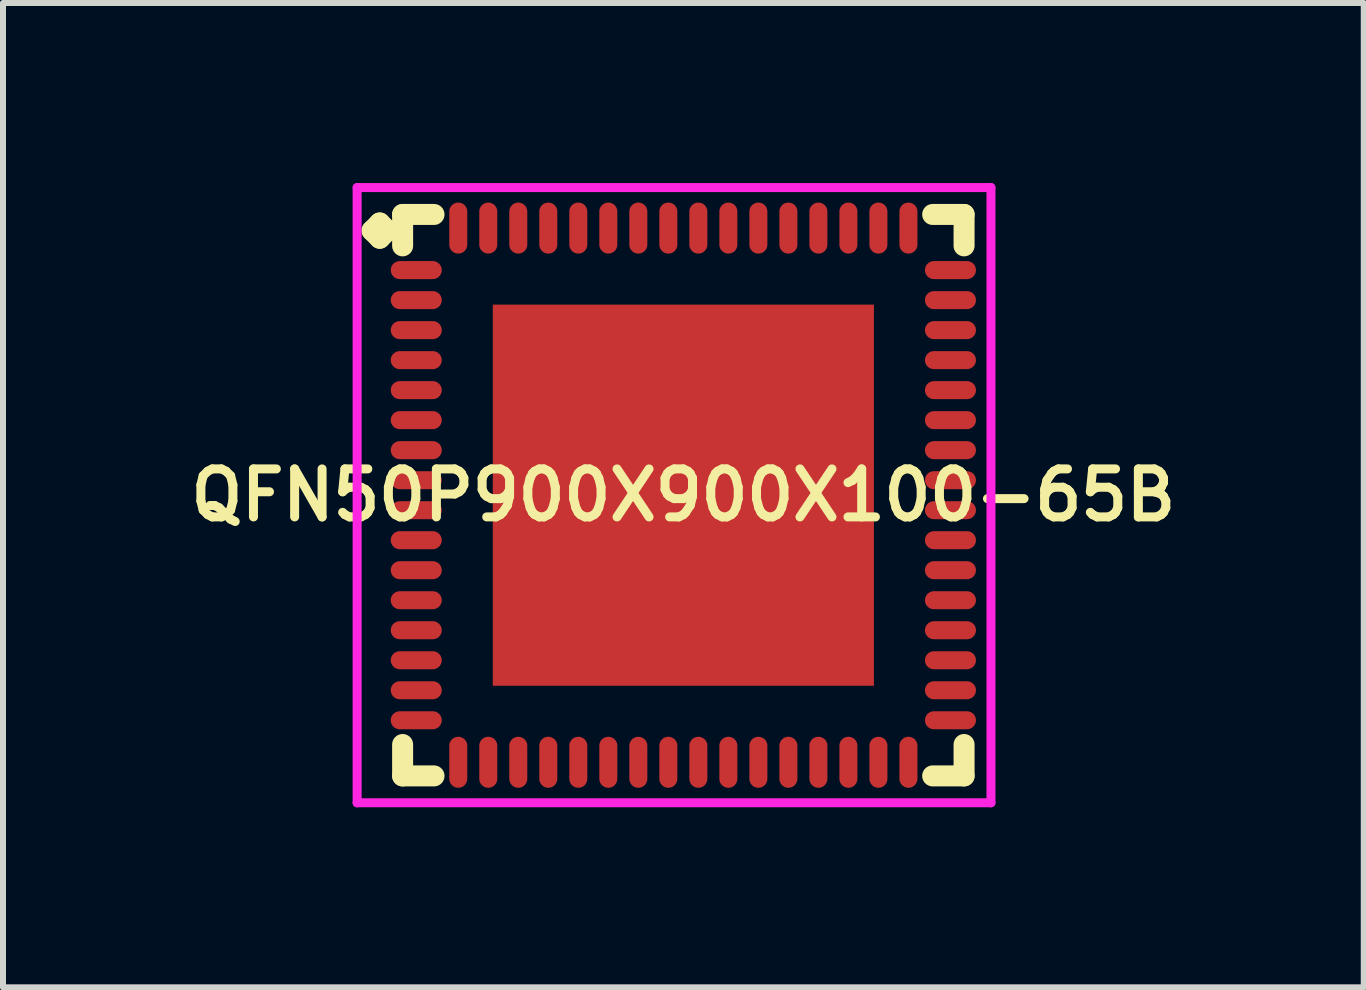
<source format=kicad_pcb>
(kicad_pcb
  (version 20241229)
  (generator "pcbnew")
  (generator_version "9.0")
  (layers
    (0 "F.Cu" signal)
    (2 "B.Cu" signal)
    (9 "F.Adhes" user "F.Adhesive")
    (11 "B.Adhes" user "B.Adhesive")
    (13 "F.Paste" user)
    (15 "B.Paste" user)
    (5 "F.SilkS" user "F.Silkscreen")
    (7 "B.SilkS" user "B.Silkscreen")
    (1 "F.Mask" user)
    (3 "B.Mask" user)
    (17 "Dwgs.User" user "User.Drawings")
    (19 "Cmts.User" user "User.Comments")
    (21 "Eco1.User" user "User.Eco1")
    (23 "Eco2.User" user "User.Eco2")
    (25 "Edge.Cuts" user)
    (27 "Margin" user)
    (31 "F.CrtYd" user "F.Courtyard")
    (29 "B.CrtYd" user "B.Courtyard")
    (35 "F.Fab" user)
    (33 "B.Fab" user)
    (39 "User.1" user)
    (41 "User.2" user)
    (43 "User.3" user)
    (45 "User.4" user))
  (footprint "QFN50P900X900X100-65B"
    (layer "F.Cu")
    (at 8.335 5.2)
    (property "Reference" "QFN50P900X900X100-65B" (at 0 0 0) (layer "F.SilkS") (effects (font (size 0.8 0.8) (thickness 0.15))))
    (attr smd)
    (fp_line (start -5.185 -4.408) (end -5.058 -4.535) (stroke (width 0.35) (type solid)) (layer "F.SilkS"))
    (fp_line (start -5.058 -4.535) (end -4.931 -4.408) (stroke (width 0.35) (type solid)) (layer "F.SilkS"))
    (fp_line (start -5.058 -4.281) (end -5.185 -4.408) (stroke (width 0.35) (type solid)) (layer "F.SilkS"))
    (fp_line (start -4.931 -4.408) (end -5.058 -4.281) (stroke (width 0.35) (type solid)) (layer "F.SilkS"))
    (fp_line (start -4.677 -4.677) (end -4.154 -4.677) (stroke (width 0.35) (type solid)) (layer "F.SilkS"))
    (fp_line (start -4.677 -4.154) (end -4.677 -4.677) (stroke (width 0.35) (type solid)) (layer "F.SilkS"))
    (fp_line (start -4.677 4.154) (end -4.677 4.677) (stroke (width 0.35) (type solid)) (layer "F.SilkS"))
    (fp_line (start -4.677 4.677) (end -4.154 4.677) (stroke (width 0.35) (type solid)) (layer "F.SilkS"))
    (fp_line (start 4.154 -4.677) (end 4.677 -4.677) (stroke (width 0.35) (type solid)) (layer "F.SilkS"))
    (fp_line (start 4.154 4.677) (end 4.677 4.677) (stroke (width 0.35) (type solid)) (layer "F.SilkS"))
    (fp_line (start 4.677 -4.677) (end 4.677 -4.154) (stroke (width 0.35) (type solid)) (layer "F.SilkS"))
    (fp_line (start 4.677 4.677) (end 4.677 4.154) (stroke (width 0.35) (type solid)) (layer "F.SilkS"))
    (fp_line (start -5.435 -5.125) (end 5.125 -5.125) (stroke (width 0.15) (type solid)) (layer "F.CrtYd"))
    (fp_line (start -5.435 5.125) (end -5.435 -5.125) (stroke (width 0.15) (type solid)) (layer "F.CrtYd"))
    (fp_line (start 5.125 -5.125) (end 5.125 5.125) (stroke (width 0.15) (type solid)) (layer "F.CrtYd"))
    (fp_line (start 5.125 5.125) (end -5.435 5.125) (stroke (width 0.15) (type solid)) (layer "F.CrtYd"))
    (pad "1" smd oval (at -4.45 -3.75) (size 0.85 0.3) (layers "F.Cu" "F.Mask" "F.Paste"))
    (pad "2" smd oval (at -4.45 -3.25) (size 0.85 0.3) (layers "F.Cu" "F.Mask" "F.Paste"))
    (pad "3" smd oval (at -4.45 -2.75) (size 0.85 0.3) (layers "F.Cu" "F.Mask" "F.Paste"))
    (pad "4" smd oval (at -4.45 -2.25) (size 0.85 0.3) (layers "F.Cu" "F.Mask" "F.Paste"))
    (pad "5" smd oval (at -4.45 -1.75) (size 0.85 0.3) (layers "F.Cu" "F.Mask" "F.Paste"))
    (pad "6" smd oval (at -4.45 -1.25) (size 0.85 0.3) (layers "F.Cu" "F.Mask" "F.Paste"))
    (pad "7" smd oval (at -4.45 -0.75) (size 0.85 0.3) (layers "F.Cu" "F.Mask" "F.Paste"))
    (pad "8" smd oval (at -4.45 -0.25) (size 0.85 0.3) (layers "F.Cu" "F.Mask" "F.Paste"))
    (pad "9" smd oval (at -4.45 0.25) (size 0.85 0.3) (layers "F.Cu" "F.Mask" "F.Paste"))
    (pad "10" smd oval (at -4.45 0.75) (size 0.85 0.3) (layers "F.Cu" "F.Mask" "F.Paste"))
    (pad "11" smd oval (at -4.45 1.25) (size 0.85 0.3) (layers "F.Cu" "F.Mask" "F.Paste"))
    (pad "12" smd oval (at -4.45 1.75) (size 0.85 0.3) (layers "F.Cu" "F.Mask" "F.Paste"))
    (pad "13" smd oval (at -4.45 2.25) (size 0.85 0.3) (layers "F.Cu" "F.Mask" "F.Paste"))
    (pad "14" smd oval (at -4.45 2.75) (size 0.85 0.3) (layers "F.Cu" "F.Mask" "F.Paste"))
    (pad "15" smd oval (at -4.45 3.25) (size 0.85 0.3) (layers "F.Cu" "F.Mask" "F.Paste"))
    (pad "16" smd oval (at -4.45 3.75) (size 0.85 0.3) (layers "F.Cu" "F.Mask" "F.Paste"))
    (pad "17" smd oval (at -3.75 4.45) (size 0.3 0.85) (layers "F.Cu" "F.Mask" "F.Paste"))
    (pad "18" smd oval (at -3.25 4.45) (size 0.3 0.85) (layers "F.Cu" "F.Mask" "F.Paste"))
    (pad "19" smd oval (at -2.75 4.45) (size 0.3 0.85) (layers "F.Cu" "F.Mask" "F.Paste"))
    (pad "20" smd oval (at -2.25 4.45) (size 0.3 0.85) (layers "F.Cu" "F.Mask" "F.Paste"))
    (pad "21" smd oval (at -1.75 4.45) (size 0.3 0.85) (layers "F.Cu" "F.Mask" "F.Paste"))
    (pad "22" smd oval (at -1.25 4.45) (size 0.3 0.85) (layers "F.Cu" "F.Mask" "F.Paste"))
    (pad "23" smd oval (at -0.75 4.45) (size 0.3 0.85) (layers "F.Cu" "F.Mask" "F.Paste"))
    (pad "24" smd oval (at -0.25 4.45) (size 0.3 0.85) (layers "F.Cu" "F.Mask" "F.Paste"))
    (pad "25" smd oval (at 0.25 4.45) (size 0.3 0.85) (layers "F.Cu" "F.Mask" "F.Paste"))
    (pad "26" smd oval (at 0.75 4.45) (size 0.3 0.85) (layers "F.Cu" "F.Mask" "F.Paste"))
    (pad "27" smd oval (at 1.25 4.45) (size 0.3 0.85) (layers "F.Cu" "F.Mask" "F.Paste"))
    (pad "28" smd oval (at 1.75 4.45) (size 0.3 0.85) (layers "F.Cu" "F.Mask" "F.Paste"))
    (pad "29" smd oval (at 2.25 4.45) (size 0.3 0.85) (layers "F.Cu" "F.Mask" "F.Paste"))
    (pad "30" smd oval (at 2.75 4.45) (size 0.3 0.85) (layers "F.Cu" "F.Mask" "F.Paste"))
    (pad "31" smd oval (at 3.25 4.45) (size 0.3 0.85) (layers "F.Cu" "F.Mask" "F.Paste"))
    (pad "32" smd oval (at 3.75 4.45) (size 0.3 0.85) (layers "F.Cu" "F.Mask" "F.Paste"))
    (pad "33" smd oval (at 4.45 3.75) (size 0.85 0.3) (layers "F.Cu" "F.Mask" "F.Paste"))
    (pad "34" smd oval (at 4.45 3.25) (size 0.85 0.3) (layers "F.Cu" "F.Mask" "F.Paste"))
    (pad "35" smd oval (at 4.45 2.75) (size 0.85 0.3) (layers "F.Cu" "F.Mask" "F.Paste"))
    (pad "36" smd oval (at 4.45 2.25) (size 0.85 0.3) (layers "F.Cu" "F.Mask" "F.Paste"))
    (pad "37" smd oval (at 4.45 1.75) (size 0.85 0.3) (layers "F.Cu" "F.Mask" "F.Paste"))
    (pad "38" smd oval (at 4.45 1.25) (size 0.85 0.3) (layers "F.Cu" "F.Mask" "F.Paste"))
    (pad "39" smd oval (at 4.45 0.75) (size 0.85 0.3) (layers "F.Cu" "F.Mask" "F.Paste"))
    (pad "40" smd oval (at 4.45 0.25) (size 0.85 0.3) (layers "F.Cu" "F.Mask" "F.Paste"))
    (pad "41" smd oval (at 4.45 -0.25) (size 0.85 0.3) (layers "F.Cu" "F.Mask" "F.Paste"))
    (pad "42" smd oval (at 4.45 -0.75) (size 0.85 0.3) (layers "F.Cu" "F.Mask" "F.Paste"))
    (pad "43" smd oval (at 4.45 -1.25) (size 0.85 0.3) (layers "F.Cu" "F.Mask" "F.Paste"))
    (pad "44" smd oval (at 4.45 -1.75) (size 0.85 0.3) (layers "F.Cu" "F.Mask" "F.Paste"))
    (pad "45" smd oval (at 4.45 -2.25) (size 0.85 0.3) (layers "F.Cu" "F.Mask" "F.Paste"))
    (pad "46" smd oval (at 4.45 -2.75) (size 0.85 0.3) (layers "F.Cu" "F.Mask" "F.Paste"))
    (pad "47" smd oval (at 4.45 -3.25) (size 0.85 0.3) (layers "F.Cu" "F.Mask" "F.Paste"))
    (pad "48" smd oval (at 4.45 -3.75) (size 0.85 0.3) (layers "F.Cu" "F.Mask" "F.Paste"))
    (pad "49" smd oval (at 3.75 -4.45) (size 0.3 0.85) (layers "F.Cu" "F.Mask" "F.Paste"))
    (pad "50" smd oval (at 3.25 -4.45) (size 0.3 0.85) (layers "F.Cu" "F.Mask" "F.Paste"))
    (pad "51" smd oval (at 2.75 -4.45) (size 0.3 0.85) (layers "F.Cu" "F.Mask" "F.Paste"))
    (pad "52" smd oval (at 2.25 -4.45) (size 0.3 0.85) (layers "F.Cu" "F.Mask" "F.Paste"))
    (pad "53" smd oval (at 1.75 -4.45) (size 0.3 0.85) (layers "F.Cu" "F.Mask" "F.Paste"))
    (pad "54" smd oval (at 1.25 -4.45) (size 0.3 0.85) (layers "F.Cu" "F.Mask" "F.Paste"))
    (pad "55" smd oval (at 0.75 -4.45) (size 0.3 0.85) (layers "F.Cu" "F.Mask" "F.Paste"))
    (pad "56" smd oval (at 0.25 -4.45) (size 0.3 0.85) (layers "F.Cu" "F.Mask" "F.Paste"))
    (pad "57" smd oval (at -0.25 -4.45) (size 0.3 0.85) (layers "F.Cu" "F.Mask" "F.Paste"))
    (pad "58" smd oval (at -0.75 -4.45) (size 0.3 0.85) (layers "F.Cu" "F.Mask" "F.Paste"))
    (pad "59" smd oval (at -1.25 -4.45) (size 0.3 0.85) (layers "F.Cu" "F.Mask" "F.Paste"))
    (pad "60" smd oval (at -1.75 -4.45) (size 0.3 0.85) (layers "F.Cu" "F.Mask" "F.Paste"))
    (pad "61" smd oval (at -2.25 -4.45) (size 0.3 0.85) (layers "F.Cu" "F.Mask" "F.Paste"))
    (pad "62" smd oval (at -2.75 -4.45) (size 0.3 0.85) (layers "F.Cu" "F.Mask" "F.Paste"))
    (pad "63" smd oval (at -3.25 -4.45) (size 0.3 0.85) (layers "F.Cu" "F.Mask" "F.Paste"))
    (pad "64" smd oval (at -3.75 -4.45) (size 0.3 0.85) (layers "F.Cu" "F.Mask" "F.Paste"))
    (pad "65" smd rect (at 0 0) (size 6.35 6.35) (layers "F.Cu" "F.Mask" "F.Paste")))
  (gr_rect
    (start -3 -3)
    (end 19.671 13.4)
    (stroke (width 0.1) (type default))
    (fill no)
    (layer "Edge.Cuts")))
</source>
